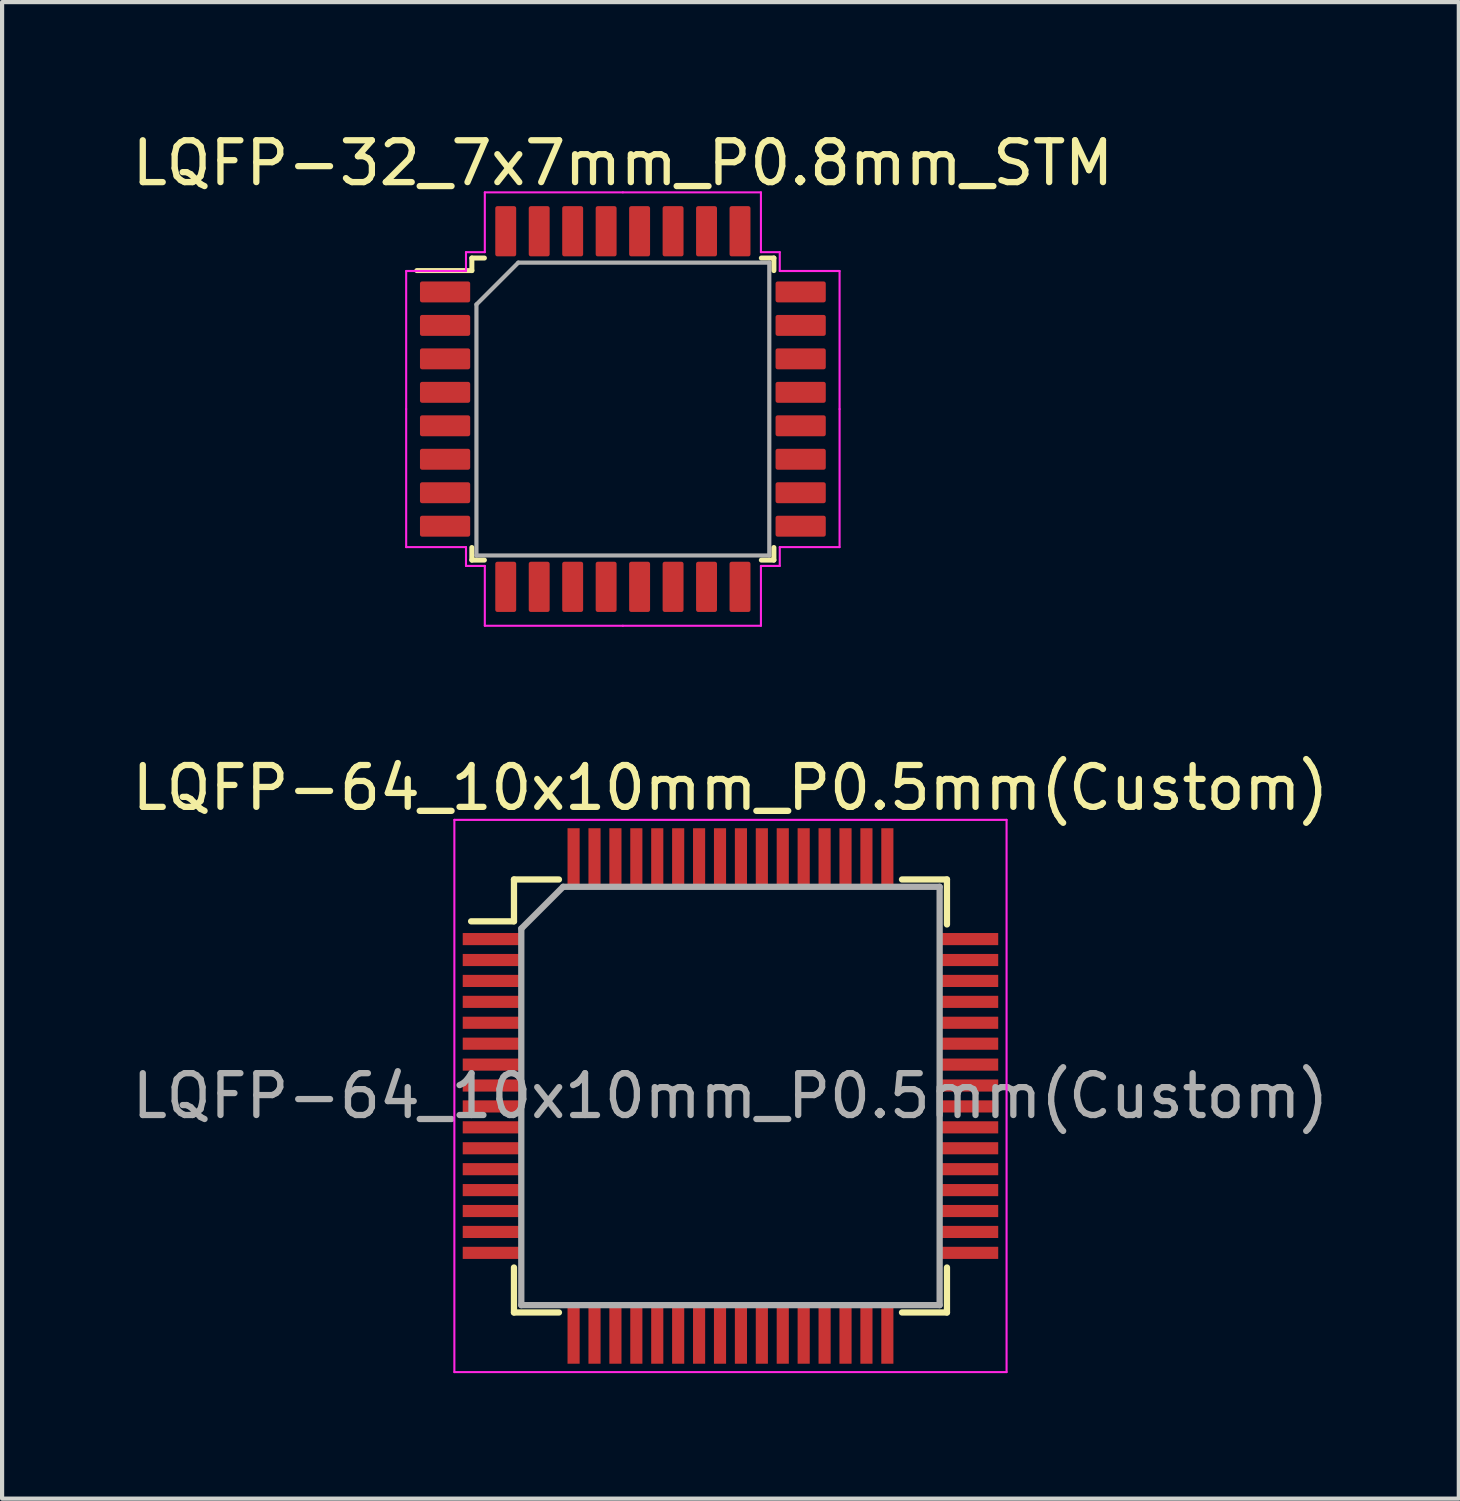
<source format=kicad_pcb>
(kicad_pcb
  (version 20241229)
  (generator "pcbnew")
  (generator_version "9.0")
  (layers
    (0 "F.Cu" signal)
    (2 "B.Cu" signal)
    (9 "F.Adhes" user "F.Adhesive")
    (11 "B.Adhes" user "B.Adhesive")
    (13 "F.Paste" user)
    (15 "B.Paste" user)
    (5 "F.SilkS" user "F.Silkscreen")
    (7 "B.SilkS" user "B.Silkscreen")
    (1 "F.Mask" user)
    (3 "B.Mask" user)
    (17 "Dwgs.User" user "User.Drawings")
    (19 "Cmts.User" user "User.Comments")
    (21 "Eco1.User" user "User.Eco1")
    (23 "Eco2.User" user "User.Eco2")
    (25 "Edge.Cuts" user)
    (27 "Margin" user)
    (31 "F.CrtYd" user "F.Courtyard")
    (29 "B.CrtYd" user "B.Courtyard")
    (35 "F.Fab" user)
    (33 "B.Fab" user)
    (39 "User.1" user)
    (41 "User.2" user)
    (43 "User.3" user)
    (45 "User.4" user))
  (footprint "LQFP-32_7x7mm_P0.8mm_STM"
    (layer "F.Cu")
    (at 11.839 6.728)
    (property "Reference" "LQFP-32_7x7mm_P0.8mm_STM" (at 0 -5.88 0) (layer "F.SilkS") (effects (font (size 1 1) (thickness 0.15))))
    (attr smd)
    (fp_line (start -3.61 -3.61) (end -3.61 -3.31) (stroke (width 0.12) (type solid)) (layer "F.SilkS"))
    (fp_line (start -3.61 -3.31) (end -4.925 -3.31) (stroke (width 0.12) (type solid)) (layer "F.SilkS"))
    (fp_line (start -3.61 3.61) (end -3.61 3.31) (stroke (width 0.12) (type solid)) (layer "F.SilkS"))
    (fp_line (start -3.31 -3.61) (end -3.61 -3.61) (stroke (width 0.12) (type solid)) (layer "F.SilkS"))
    (fp_line (start -3.31 3.61) (end -3.61 3.61) (stroke (width 0.12) (type solid)) (layer "F.SilkS"))
    (fp_line (start 3.31 -3.61) (end 3.61 -3.61) (stroke (width 0.12) (type solid)) (layer "F.SilkS"))
    (fp_line (start 3.31 3.61) (end 3.61 3.61) (stroke (width 0.12) (type solid)) (layer "F.SilkS"))
    (fp_line (start 3.61 -3.61) (end 3.61 -3.31) (stroke (width 0.12) (type solid)) (layer "F.SilkS"))
    (fp_line (start 3.61 3.61) (end 3.61 3.31) (stroke (width 0.12) (type solid)) (layer "F.SilkS"))
    (fp_line (start -5.18 -3.3) (end -5.18 0) (stroke (width 0.05) (type solid)) (layer "F.CrtYd"))
    (fp_line (start -5.18 3.3) (end -5.18 0) (stroke (width 0.05) (type solid)) (layer "F.CrtYd"))
    (fp_line (start -3.75 -3.75) (end -3.75 -3.3) (stroke (width 0.05) (type solid)) (layer "F.CrtYd"))
    (fp_line (start -3.75 -3.3) (end -5.18 -3.3) (stroke (width 0.05) (type solid)) (layer "F.CrtYd"))
    (fp_line (start -3.75 3.3) (end -5.18 3.3) (stroke (width 0.05) (type solid)) (layer "F.CrtYd"))
    (fp_line (start -3.75 3.75) (end -3.75 3.3) (stroke (width 0.05) (type solid)) (layer "F.CrtYd"))
    (fp_line (start -3.3 -5.18) (end -3.3 -3.75) (stroke (width 0.05) (type solid)) (layer "F.CrtYd"))
    (fp_line (start -3.3 -3.75) (end -3.75 -3.75) (stroke (width 0.05) (type solid)) (layer "F.CrtYd"))
    (fp_line (start -3.3 3.75) (end -3.75 3.75) (stroke (width 0.05) (type solid)) (layer "F.CrtYd"))
    (fp_line (start -3.3 5.18) (end -3.3 3.75) (stroke (width 0.05) (type solid)) (layer "F.CrtYd"))
    (fp_line (start 0 -5.18) (end -3.3 -5.18) (stroke (width 0.05) (type solid)) (layer "F.CrtYd"))
    (fp_line (start 0 -5.18) (end 3.3 -5.18) (stroke (width 0.05) (type solid)) (layer "F.CrtYd"))
    (fp_line (start 0 5.18) (end -3.3 5.18) (stroke (width 0.05) (type solid)) (layer "F.CrtYd"))
    (fp_line (start 0 5.18) (end 3.3 5.18) (stroke (width 0.05) (type solid)) (layer "F.CrtYd"))
    (fp_line (start 3.3 -5.18) (end 3.3 -3.75) (stroke (width 0.05) (type solid)) (layer "F.CrtYd"))
    (fp_line (start 3.3 -3.75) (end 3.75 -3.75) (stroke (width 0.05) (type solid)) (layer "F.CrtYd"))
    (fp_line (start 3.3 3.75) (end 3.75 3.75) (stroke (width 0.05) (type solid)) (layer "F.CrtYd"))
    (fp_line (start 3.3 5.18) (end 3.3 3.75) (stroke (width 0.05) (type solid)) (layer "F.CrtYd"))
    (fp_line (start 3.75 -3.75) (end 3.75 -3.3) (stroke (width 0.05) (type solid)) (layer "F.CrtYd"))
    (fp_line (start 3.75 -3.3) (end 5.18 -3.3) (stroke (width 0.05) (type solid)) (layer "F.CrtYd"))
    (fp_line (start 3.75 3.3) (end 5.18 3.3) (stroke (width 0.05) (type solid)) (layer "F.CrtYd"))
    (fp_line (start 3.75 3.75) (end 3.75 3.3) (stroke (width 0.05) (type solid)) (layer "F.CrtYd"))
    (fp_line (start 5.18 -3.3) (end 5.18 0) (stroke (width 0.05) (type solid)) (layer "F.CrtYd"))
    (fp_line (start 5.18 3.3) (end 5.18 0) (stroke (width 0.05) (type solid)) (layer "F.CrtYd"))
    (fp_line (start -3.5 -2.5) (end -2.5 -3.5) (stroke (width 0.1) (type solid)) (layer "F.Fab"))
    (fp_line (start -3.5 3.5) (end -3.5 -2.5) (stroke (width 0.1) (type solid)) (layer "F.Fab"))
    (fp_line (start -2.5 -3.5) (end 3.5 -3.5) (stroke (width 0.1) (type solid)) (layer "F.Fab"))
    (fp_line (start 3.5 -3.5) (end 3.5 3.5) (stroke (width 0.1) (type solid)) (layer "F.Fab"))
    (fp_line (start 3.5 3.5) (end -3.5 3.5) (stroke (width 0.1) (type solid)) (layer "F.Fab"))
    (pad "1" smd roundrect (at -4.25 -2.8) (size 1.2 0.5) (layers "F.Cu" "F.Mask" "F.Paste") (roundrect_rratio 0.1))
    (pad "2" smd roundrect (at -4.25 -2) (size 1.2 0.5) (layers "F.Cu" "F.Mask" "F.Paste") (roundrect_rratio 0.1))
    (pad "3" smd roundrect (at -4.25 -1.2) (size 1.2 0.5) (layers "F.Cu" "F.Mask" "F.Paste") (roundrect_rratio 0.1))
    (pad "4" smd roundrect (at -4.25 -0.4) (size 1.2 0.5) (layers "F.Cu" "F.Mask" "F.Paste") (roundrect_rratio 0.1))
    (pad "5" smd roundrect (at -4.25 0.4) (size 1.2 0.5) (layers "F.Cu" "F.Mask" "F.Paste") (roundrect_rratio 0.1))
    (pad "6" smd roundrect (at -4.25 1.2) (size 1.2 0.5) (layers "F.Cu" "F.Mask" "F.Paste") (roundrect_rratio 0.1))
    (pad "7" smd roundrect (at -4.25 2) (size 1.2 0.5) (layers "F.Cu" "F.Mask" "F.Paste") (roundrect_rratio 0.1))
    (pad "8" smd roundrect (at -4.25 2.8) (size 1.2 0.5) (layers "F.Cu" "F.Mask" "F.Paste") (roundrect_rratio 0.1))
    (pad "9" smd roundrect (at -2.8 4.25 90) (size 1.2 0.5) (layers "F.Cu" "F.Mask" "F.Paste") (roundrect_rratio 0.1))
    (pad "10" smd roundrect (at -2 4.25 90) (size 1.2 0.5) (layers "F.Cu" "F.Mask" "F.Paste") (roundrect_rratio 0.1))
    (pad "11" smd roundrect (at -1.2 4.25 90) (size 1.2 0.5) (layers "F.Cu" "F.Mask" "F.Paste") (roundrect_rratio 0.1))
    (pad "12" smd roundrect (at -0.4 4.25 90) (size 1.2 0.5) (layers "F.Cu" "F.Mask" "F.Paste") (roundrect_rratio 0.1))
    (pad "13" smd roundrect (at 0.4 4.25 90) (size 1.2 0.5) (layers "F.Cu" "F.Mask" "F.Paste") (roundrect_rratio 0.1))
    (pad "14" smd roundrect (at 1.2 4.25 90) (size 1.2 0.5) (layers "F.Cu" "F.Mask" "F.Paste") (roundrect_rratio 0.1))
    (pad "15" smd roundrect (at 2 4.25 90) (size 1.2 0.5) (layers "F.Cu" "F.Mask" "F.Paste") (roundrect_rratio 0.1))
    (pad "16" smd roundrect (at 2.8 4.25 90) (size 1.2 0.5) (layers "F.Cu" "F.Mask" "F.Paste") (roundrect_rratio 0.1))
    (pad "17" smd roundrect (at 4.25 2.8) (size 1.2 0.5) (layers "F.Cu" "F.Mask" "F.Paste") (roundrect_rratio 0.1))
    (pad "18" smd roundrect (at 4.25 2) (size 1.2 0.5) (layers "F.Cu" "F.Mask" "F.Paste") (roundrect_rratio 0.1))
    (pad "19" smd roundrect (at 4.25 1.2) (size 1.2 0.5) (layers "F.Cu" "F.Mask" "F.Paste") (roundrect_rratio 0.1))
    (pad "20" smd roundrect (at 4.25 0.4) (size 1.2 0.5) (layers "F.Cu" "F.Mask" "F.Paste") (roundrect_rratio 0.1))
    (pad "21" smd roundrect (at 4.25 -0.4) (size 1.2 0.5) (layers "F.Cu" "F.Mask" "F.Paste") (roundrect_rratio 0.1))
    (pad "22" smd roundrect (at 4.25 -1.2) (size 1.2 0.5) (layers "F.Cu" "F.Mask" "F.Paste") (roundrect_rratio 0.1))
    (pad "23" smd roundrect (at 4.25 -2) (size 1.2 0.5) (layers "F.Cu" "F.Mask" "F.Paste") (roundrect_rratio 0.1))
    (pad "24" smd roundrect (at 4.25 -2.8) (size 1.2 0.5) (layers "F.Cu" "F.Mask" "F.Paste") (roundrect_rratio 0.1))
    (pad "25" smd roundrect (at 2.8 -4.25 90) (size 1.2 0.5) (layers "F.Cu" "F.Mask" "F.Paste") (roundrect_rratio 0.1))
    (pad "26" smd roundrect (at 2 -4.25 90) (size 1.2 0.5) (layers "F.Cu" "F.Mask" "F.Paste") (roundrect_rratio 0.1))
    (pad "27" smd roundrect (at 1.2 -4.25 90) (size 1.2 0.5) (layers "F.Cu" "F.Mask" "F.Paste") (roundrect_rratio 0.1))
    (pad "28" smd roundrect (at 0.4 -4.25 90) (size 1.2 0.5) (layers "F.Cu" "F.Mask" "F.Paste") (roundrect_rratio 0.1))
    (pad "29" smd roundrect (at -0.4 -4.25 90) (size 1.2 0.5) (layers "F.Cu" "F.Mask" "F.Paste") (roundrect_rratio 0.1))
    (pad "30" smd roundrect (at -1.2 -4.25 90) (size 1.2 0.5) (layers "F.Cu" "F.Mask" "F.Paste") (roundrect_rratio 0.1))
    (pad "31" smd roundrect (at -2 -4.25 90) (size 1.2 0.5) (layers "F.Cu" "F.Mask" "F.Paste") (roundrect_rratio 0.1))
    (pad "32" smd roundrect (at -2.8 -4.25 90) (size 1.2 0.5) (layers "F.Cu" "F.Mask" "F.Paste") (roundrect_rratio 0.1)))
  (footprint "LQFP-64_10x10mm_P0.5mm(Custom)"
    (layer "F.Cu")
    (at 14.411 23.148)
    (property "Reference" "LQFP-64_10x10mm_P0.5mm(Custom)" (at 0 -7.366 0) (layer "F.SilkS") (effects (font (size 1 1) (thickness 0.15))))
    (attr smd)
    (fp_line (start -5.175 -5.175) (end -5.175 -4.175) (stroke (width 0.15) (type solid)) (layer "F.SilkS"))
    (fp_line (start -5.175 -5.175) (end -4.1 -5.175) (stroke (width 0.15) (type solid)) (layer "F.SilkS"))
    (fp_line (start -5.175 -4.175) (end -6.2 -4.175) (stroke (width 0.15) (type solid)) (layer "F.SilkS"))
    (fp_line (start -5.175 5.175) (end -5.175 4.1) (stroke (width 0.15) (type solid)) (layer "F.SilkS"))
    (fp_line (start -5.175 5.175) (end -4.1 5.175) (stroke (width 0.15) (type solid)) (layer "F.SilkS"))
    (fp_line (start 5.175 -5.175) (end 4.1 -5.175) (stroke (width 0.15) (type solid)) (layer "F.SilkS"))
    (fp_line (start 5.175 -5.175) (end 5.175 -4.1) (stroke (width 0.15) (type solid)) (layer "F.SilkS"))
    (fp_line (start 5.175 5.175) (end 4.1 5.175) (stroke (width 0.15) (type solid)) (layer "F.SilkS"))
    (fp_line (start 5.175 5.175) (end 5.175 4.1) (stroke (width 0.15) (type solid)) (layer "F.SilkS"))
    (fp_line (start -6.6 -6.6) (end -6.6 6.6) (stroke (width 0.05) (type solid)) (layer "F.CrtYd"))
    (fp_line (start -6.6 -6.6) (end 6.6 -6.6) (stroke (width 0.05) (type solid)) (layer "F.CrtYd"))
    (fp_line (start -6.6 6.6) (end 6.6 6.6) (stroke (width 0.05) (type solid)) (layer "F.CrtYd"))
    (fp_line (start 6.6 -6.6) (end 6.6 6.6) (stroke (width 0.05) (type solid)) (layer "F.CrtYd"))
    (fp_line (start -5 -4) (end -4 -5) (stroke (width 0.15) (type solid)) (layer "F.Fab"))
    (fp_line (start -5 5) (end -5 -4) (stroke (width 0.15) (type solid)) (layer "F.Fab"))
    (fp_line (start -4 -5) (end 5 -5) (stroke (width 0.15) (type solid)) (layer "F.Fab"))
    (fp_line (start 5 -5) (end 5 5) (stroke (width 0.15) (type solid)) (layer "F.Fab"))
    (fp_line (start 5 5) (end -5 5) (stroke (width 0.15) (type solid)) (layer "F.Fab"))
    (fp_text user "${REFERENCE}" (at 0 0 0) (layer "F.Fab") (effects (font (size 1 1) (thickness 0.15))))
    (pad "1" smd rect (at -5.725 -3.75) (size 1.35 0.29) (layers "F.Cu" "F.Mask" "F.Paste"))
    (pad "2" smd rect (at -5.725 -3.25) (size 1.35 0.29) (layers "F.Cu" "F.Mask" "F.Paste"))
    (pad "3" smd rect (at -5.725 -2.75) (size 1.35 0.29) (layers "F.Cu" "F.Mask" "F.Paste"))
    (pad "4" smd rect (at -5.725 -2.25) (size 1.35 0.29) (layers "F.Cu" "F.Mask" "F.Paste"))
    (pad "5" smd rect (at -5.725 -1.75) (size 1.35 0.29) (layers "F.Cu" "F.Mask" "F.Paste"))
    (pad "6" smd rect (at -5.725 -1.25) (size 1.35 0.29) (layers "F.Cu" "F.Mask" "F.Paste"))
    (pad "7" smd rect (at -5.725 -0.75) (size 1.35 0.29) (layers "F.Cu" "F.Mask" "F.Paste"))
    (pad "8" smd rect (at -5.725 -0.25) (size 1.35 0.29) (layers "F.Cu" "F.Mask" "F.Paste"))
    (pad "9" smd rect (at -5.725 0.25) (size 1.35 0.29) (layers "F.Cu" "F.Mask" "F.Paste"))
    (pad "10" smd rect (at -5.725 0.75) (size 1.35 0.29) (layers "F.Cu" "F.Mask" "F.Paste"))
    (pad "11" smd rect (at -5.725 1.25) (size 1.35 0.29) (layers "F.Cu" "F.Mask" "F.Paste"))
    (pad "12" smd rect (at -5.725 1.75) (size 1.35 0.29) (layers "F.Cu" "F.Mask" "F.Paste"))
    (pad "13" smd rect (at -5.725 2.25) (size 1.35 0.29) (layers "F.Cu" "F.Mask" "F.Paste"))
    (pad "14" smd rect (at -5.725 2.75) (size 1.35 0.29) (layers "F.Cu" "F.Mask" "F.Paste"))
    (pad "15" smd rect (at -5.725 3.25) (size 1.35 0.29) (layers "F.Cu" "F.Mask" "F.Paste"))
    (pad "16" smd rect (at -5.725 3.75) (size 1.35 0.29) (layers "F.Cu" "F.Mask" "F.Paste"))
    (pad "17" smd rect (at -3.75 5.725 90) (size 1.35 0.29) (layers "F.Cu" "F.Mask" "F.Paste"))
    (pad "18" smd rect (at -3.25 5.725 90) (size 1.35 0.29) (layers "F.Cu" "F.Mask" "F.Paste"))
    (pad "19" smd rect (at -2.75 5.725 90) (size 1.35 0.29) (layers "F.Cu" "F.Mask" "F.Paste"))
    (pad "20" smd rect (at -2.25 5.725 90) (size 1.35 0.29) (layers "F.Cu" "F.Mask" "F.Paste"))
    (pad "21" smd rect (at -1.75 5.725 90) (size 1.35 0.29) (layers "F.Cu" "F.Mask" "F.Paste"))
    (pad "22" smd rect (at -1.25 5.725 90) (size 1.35 0.29) (layers "F.Cu" "F.Mask" "F.Paste"))
    (pad "23" smd rect (at -0.75 5.725 90) (size 1.35 0.29) (layers "F.Cu" "F.Mask" "F.Paste"))
    (pad "24" smd rect (at -0.25 5.725 90) (size 1.35 0.29) (layers "F.Cu" "F.Mask" "F.Paste"))
    (pad "25" smd rect (at 0.25 5.725 90) (size 1.35 0.29) (layers "F.Cu" "F.Mask" "F.Paste"))
    (pad "26" smd rect (at 0.75 5.725 90) (size 1.35 0.29) (layers "F.Cu" "F.Mask" "F.Paste"))
    (pad "27" smd rect (at 1.25 5.725 90) (size 1.35 0.29) (layers "F.Cu" "F.Mask" "F.Paste"))
    (pad "28" smd rect (at 1.75 5.725 90) (size 1.35 0.29) (layers "F.Cu" "F.Mask" "F.Paste"))
    (pad "29" smd rect (at 2.25 5.725 90) (size 1.35 0.29) (layers "F.Cu" "F.Mask" "F.Paste"))
    (pad "30" smd rect (at 2.75 5.725 90) (size 1.35 0.29) (layers "F.Cu" "F.Mask" "F.Paste"))
    (pad "31" smd rect (at 3.25 5.725 90) (size 1.35 0.29) (layers "F.Cu" "F.Mask" "F.Paste"))
    (pad "32" smd rect (at 3.75 5.725 90) (size 1.35 0.29) (layers "F.Cu" "F.Mask" "F.Paste"))
    (pad "33" smd rect (at 5.725 3.75) (size 1.35 0.29) (layers "F.Cu" "F.Mask" "F.Paste"))
    (pad "34" smd rect (at 5.725 3.25) (size 1.35 0.29) (layers "F.Cu" "F.Mask" "F.Paste"))
    (pad "35" smd rect (at 5.725 2.75) (size 1.35 0.29) (layers "F.Cu" "F.Mask" "F.Paste"))
    (pad "36" smd rect (at 5.725 2.25) (size 1.35 0.29) (layers "F.Cu" "F.Mask" "F.Paste"))
    (pad "37" smd rect (at 5.725 1.75) (size 1.35 0.29) (layers "F.Cu" "F.Mask" "F.Paste"))
    (pad "38" smd rect (at 5.725 1.25) (size 1.35 0.29) (layers "F.Cu" "F.Mask" "F.Paste"))
    (pad "39" smd rect (at 5.725 0.75) (size 1.35 0.29) (layers "F.Cu" "F.Mask" "F.Paste"))
    (pad "40" smd rect (at 5.725 0.25) (size 1.35 0.29) (layers "F.Cu" "F.Mask" "F.Paste"))
    (pad "41" smd rect (at 5.725 -0.25) (size 1.35 0.29) (layers "F.Cu" "F.Mask" "F.Paste"))
    (pad "42" smd rect (at 5.725 -0.75) (size 1.35 0.29) (layers "F.Cu" "F.Mask" "F.Paste"))
    (pad "43" smd rect (at 5.725 -1.25) (size 1.35 0.29) (layers "F.Cu" "F.Mask" "F.Paste"))
    (pad "44" smd rect (at 5.725 -1.75) (size 1.35 0.29) (layers "F.Cu" "F.Mask" "F.Paste"))
    (pad "45" smd rect (at 5.725 -2.25) (size 1.35 0.29) (layers "F.Cu" "F.Mask" "F.Paste"))
    (pad "46" smd rect (at 5.725 -2.75) (size 1.35 0.29) (layers "F.Cu" "F.Mask" "F.Paste"))
    (pad "47" smd rect (at 5.725 -3.25) (size 1.35 0.29) (layers "F.Cu" "F.Mask" "F.Paste"))
    (pad "48" smd rect (at 5.725 -3.75) (size 1.35 0.29) (layers "F.Cu" "F.Mask" "F.Paste"))
    (pad "49" smd rect (at 3.75 -5.725 90) (size 1.35 0.29) (layers "F.Cu" "F.Mask" "F.Paste"))
    (pad "50" smd rect (at 3.25 -5.725 90) (size 1.35 0.29) (layers "F.Cu" "F.Mask" "F.Paste"))
    (pad "51" smd rect (at 2.75 -5.725 90) (size 1.35 0.29) (layers "F.Cu" "F.Mask" "F.Paste"))
    (pad "52" smd rect (at 2.25 -5.725 90) (size 1.35 0.29) (layers "F.Cu" "F.Mask" "F.Paste"))
    (pad "53" smd rect (at 1.75 -5.725 90) (size 1.35 0.29) (layers "F.Cu" "F.Mask" "F.Paste"))
    (pad "54" smd rect (at 1.25 -5.725 90) (size 1.35 0.29) (layers "F.Cu" "F.Mask" "F.Paste"))
    (pad "55" smd rect (at 0.75 -5.725 90) (size 1.35 0.29) (layers "F.Cu" "F.Mask" "F.Paste"))
    (pad "56" smd rect (at 0.25 -5.725 90) (size 1.35 0.29) (layers "F.Cu" "F.Mask" "F.Paste"))
    (pad "57" smd rect (at -0.25 -5.725 90) (size 1.35 0.29) (layers "F.Cu" "F.Mask" "F.Paste"))
    (pad "58" smd rect (at -0.75 -5.725 90) (size 1.35 0.29) (layers "F.Cu" "F.Mask" "F.Paste"))
    (pad "59" smd rect (at -1.25 -5.725 90) (size 1.35 0.29) (layers "F.Cu" "F.Mask" "F.Paste"))
    (pad "60" smd rect (at -1.75 -5.725 90) (size 1.35 0.29) (layers "F.Cu" "F.Mask" "F.Paste"))
    (pad "61" smd rect (at -2.25 -5.725 90) (size 1.35 0.29) (layers "F.Cu" "F.Mask" "F.Paste"))
    (pad "62" smd rect (at -2.75 -5.725 90) (size 1.35 0.29) (layers "F.Cu" "F.Mask" "F.Paste"))
    (pad "63" smd rect (at -3.25 -5.725 90) (size 1.35 0.29) (layers "F.Cu" "F.Mask" "F.Paste"))
    (pad "64" smd rect (at -3.75 -5.725 90) (size 1.35 0.29) (layers "F.Cu" "F.Mask" "F.Paste")))
  (gr_rect
    (start -3 -3)
    (end 31.821 32.773)
    (stroke (width 0.1) (type default))
    (fill no)
    (layer "Edge.Cuts")))
</source>
